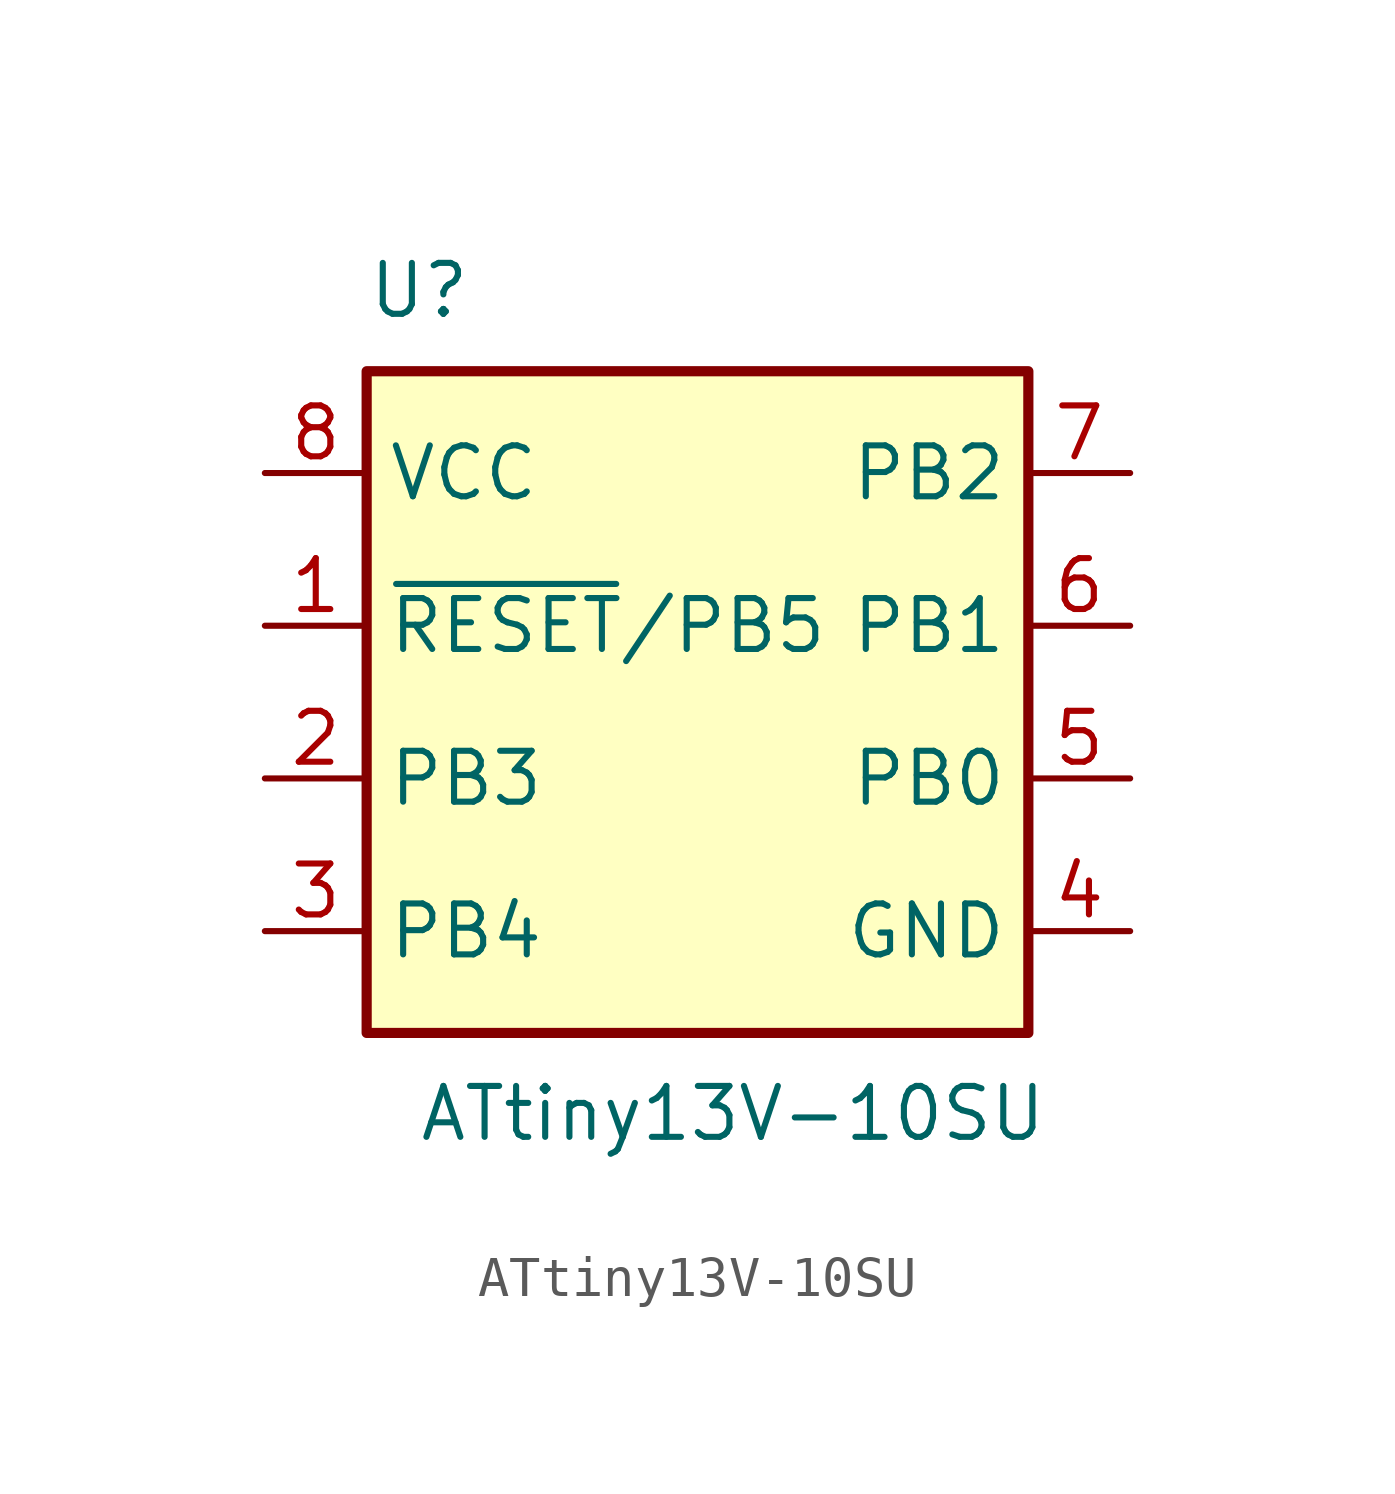
<source format=kicad_sym>
(kicad_symbol_lib
  (version 20220914)
  (generator kicad_symbol_editor)
  (symbol "ATtiny13V-10SU"
    (property "Reference" "U"
      (at -8.255 9.525 0)
      (effects (font (size 1.27 1.27)) (justify left bottom)))
    (property "Value" "ATtiny13V-10SU"
      (at -6.985 -9.525 0)
      (effects (font (size 1.27 1.27)) (justify left top)))
    (symbol "ATtiny13V-10SU_0_1"
      (rectangle (start -8.255 8.255) (end 8.255 -8.255) (stroke (width 0.254) (type default)) (fill (type background))))
    (symbol "ATtiny13V-10SU_1_1"
      (pin bidirectional line (at -10.795 1.905 0) (length 2.54) (name "~{RESET}/PB5" (effects (font (size 1.27 1.27)))) (number "1" (effects (font (size 1.27 1.27)))))
      (pin bidirectional line (at -10.795 -1.905 0) (length 2.54) (name "PB3" (effects (font (size 1.27 1.27)))) (number "2" (effects (font (size 1.27 1.27)))))
      (pin bidirectional line (at -10.795 -5.715 0) (length 2.54) (name "PB4" (effects (font (size 1.27 1.27)))) (number "3" (effects (font (size 1.27 1.27)))))
      (pin power_in line (at 10.795 -5.715 180) (length 2.54) (name "GND" (effects (font (size 1.27 1.27)))) (number "4" (effects (font (size 1.27 1.27)))))
      (pin bidirectional line (at 10.795 -1.905 180) (length 2.54) (name "PB0" (effects (font (size 1.27 1.27)))) (number "5" (effects (font (size 1.27 1.27)))))
      (pin bidirectional line (at 10.795 1.905 180) (length 2.54) (name "PB1" (effects (font (size 1.27 1.27)))) (number "6" (effects (font (size 1.27 1.27)))))
      (pin bidirectional line (at 10.795 5.715 180) (length 2.54) (name "PB2" (effects (font (size 1.27 1.27)))) (number "7" (effects (font (size 1.27 1.27)))))
      (pin power_in line (at -10.795 5.715 0) (length 2.54) (name "VCC" (effects (font (size 1.27 1.27)))) (number "8" (effects (font (size 1.27 1.27))))))))
</source>
